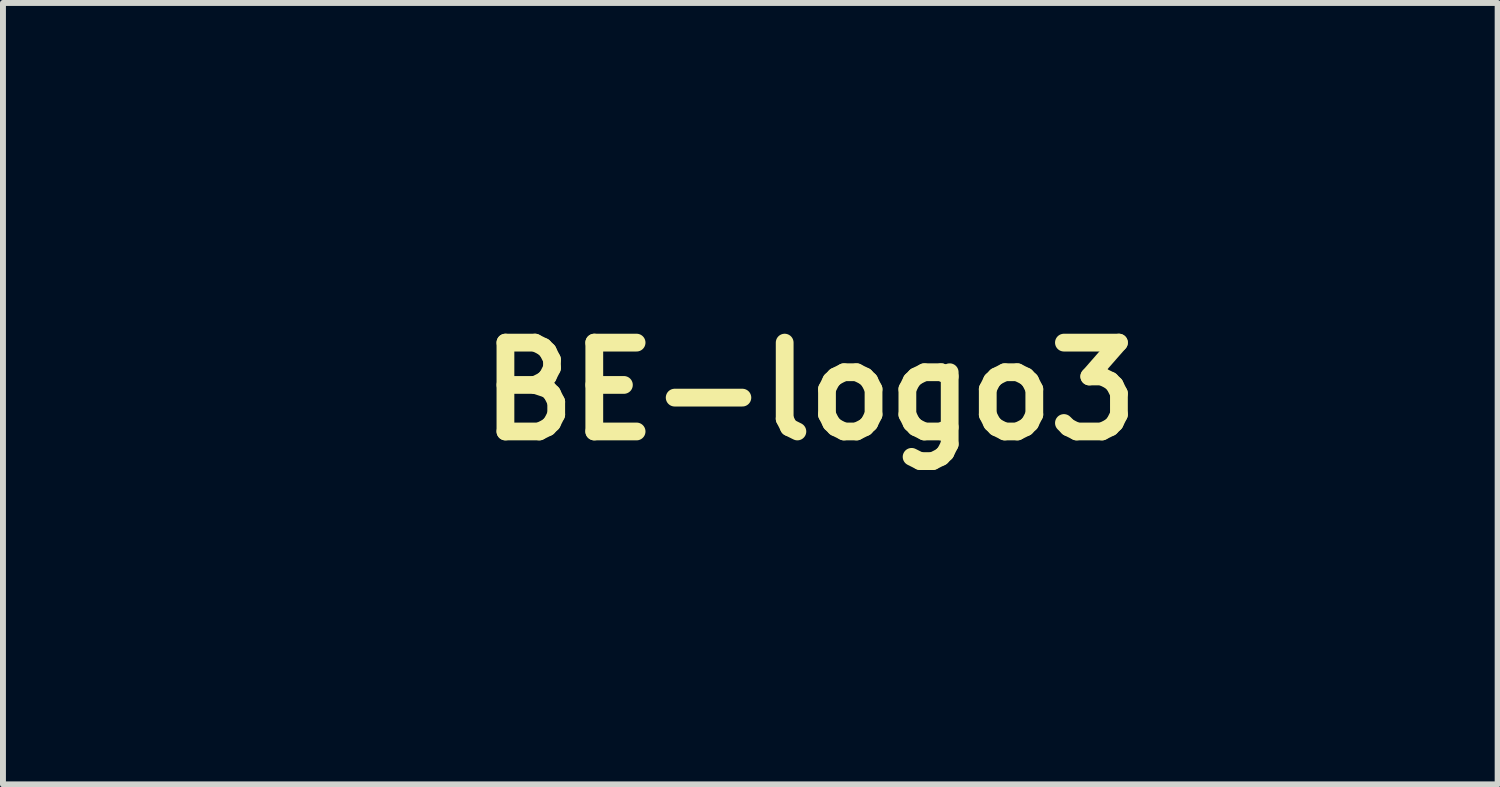
<source format=kicad_pcb>
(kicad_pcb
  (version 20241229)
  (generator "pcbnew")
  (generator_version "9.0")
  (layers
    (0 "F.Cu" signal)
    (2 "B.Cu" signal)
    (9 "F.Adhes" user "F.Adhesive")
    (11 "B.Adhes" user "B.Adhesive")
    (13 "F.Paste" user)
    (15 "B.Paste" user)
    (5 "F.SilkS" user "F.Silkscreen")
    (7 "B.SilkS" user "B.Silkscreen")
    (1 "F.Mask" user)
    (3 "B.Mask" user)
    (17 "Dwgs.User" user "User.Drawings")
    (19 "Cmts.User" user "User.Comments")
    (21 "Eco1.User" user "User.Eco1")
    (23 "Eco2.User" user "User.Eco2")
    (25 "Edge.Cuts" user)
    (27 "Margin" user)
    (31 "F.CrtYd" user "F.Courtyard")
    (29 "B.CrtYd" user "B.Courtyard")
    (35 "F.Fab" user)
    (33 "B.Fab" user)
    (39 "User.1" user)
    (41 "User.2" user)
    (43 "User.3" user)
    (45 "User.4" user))
  (footprint "BE-logo3"
    (layer "F.Cu")
    (at 10.626 3.556)
    (property "Reference" "BE-logo3" (at 0 0 0) (layer "F.SilkS") (effects (font (size 1.5 1.5) (thickness 0.3))))
    (attr board_only exclude_from_pos_files exclude_from_bom)
    (fp_poly (pts (xy 6.369 -2.308) (xy 6.417 -2.072) (xy 6.417 -2.062) (xy 6.344 -1.828) (xy 6.189 -1.636) (xy 5.989 -1.503) (xy 5.782 -1.446) (xy 5.606 -1.484) (xy 5.5 -1.633) (xy 5.498 -1.642) (xy 5.505 -1.903) (xy 5.623 -2.166) (xy 5.812 -2.365) (xy 5.941 -2.424) (xy 6.204 -2.431)) (stroke (width 0) (type solid)) (fill yes) (layer "F.Mask"))
    (fp_poly (pts (xy 0.893 -2.278) (xy 0.93 -2.205) (xy 0.926 -1.989) (xy 0.809 -1.766) (xy 0.618 -1.564) (xy 0.389 -1.412) (xy 0.16 -1.341) (xy -0.032 -1.38) (xy -0.071 -1.411) (xy -0.112 -1.53) (xy -0.127 -1.7) (xy -0.066 -1.919) (xy 0.089 -2.113) (xy 0.302 -2.265) (xy 0.532 -2.355) (xy 0.742 -2.366)) (stroke (width 0) (type solid)) (fill yes) (layer "F.Mask"))
    (fp_poly (pts (xy 5.361 -3.496) (xy 5.541 -3.324) (xy 5.59 -3.053) (xy 5.543 -2.818) (xy 5.422 -2.544) (xy 5.213 -2.176) (xy 4.938 -1.747) (xy 4.62 -1.291) (xy 4.28 -0.843) (xy 4.049 -0.561) (xy 3.681 -0.12) (xy 3.415 0.213) (xy 3.239 0.457) (xy 3.142 0.628) (xy 3.11 0.745) (xy 3.119 0.799) (xy 3.233 0.919) (xy 3.417 0.909) (xy 3.647 0.783) (xy 3.903 0.555) (xy 4.161 0.238) (xy 4.25 0.107) (xy 4.438 -0.233) (xy 4.505 -0.473) (xy 4.499 -0.532) (xy 4.532 -0.695) (xy 4.671 -0.899) (xy 4.874 -1.104) (xy 5.099 -1.268) (xy 5.303 -1.351) (xy 5.342 -1.355) (xy 5.518 -1.308) (xy 5.692 -1.2) (xy 5.794 -1.079) (xy 5.8 -1.049) (xy 5.761 -0.943) (xy 5.658 -0.727) (xy 5.511 -0.441) (xy 5.34 -0.123) (xy 5.165 0.189) (xy 5.061 0.365) (xy 4.92 0.618) (xy 4.832 0.813) (xy 4.816 0.907) (xy 4.816 0.908) (xy 4.917 0.902) (xy 5.082 0.747) (xy 5.313 0.442) (xy 5.611 -0.015) (xy 5.768 -0.272) (xy 5.991 -0.628) (xy 6.198 -0.934) (xy 6.366 -1.158) (xy 6.473 -1.268) (xy 6.477 -1.27) (xy 6.705 -1.343) (xy 6.931 -1.343) (xy 7.092 -1.275) (xy 7.123 -1.23) (xy 7.175 -1.153) (xy 7.277 -1.165) (xy 7.412 -1.23) (xy 7.701 -1.329) (xy 7.986 -1.347) (xy 8.203 -1.282) (xy 8.238 -1.253) (xy 8.328 -1.079) (xy 8.306 -0.836) (xy 8.166 -0.507) (xy 7.963 -0.167) (xy 7.667 0.304) (xy 7.473 0.642) (xy 7.38 0.85) (xy 7.387 0.93) (xy 7.395 0.931) (xy 7.496 0.882) (xy 7.685 0.754) (xy 7.896 0.593) (xy 8.172 0.383) (xy 8.352 0.281) (xy 8.462 0.276) (xy 8.531 0.36) (xy 8.542 0.388) (xy 8.59 0.655) (xy 8.502 0.903) (xy 8.276 1.162) (xy 7.86 1.486) (xy 7.474 1.654) (xy 7.126 1.666) (xy 6.824 1.519) (xy 6.786 1.486) (xy 6.616 1.257) (xy 6.571 0.983) (xy 6.65 0.634) (xy 6.734 0.423) (xy 6.903 0.042) (xy 6.454 0.508) (xy 6.199 0.782) (xy 5.958 1.052) (xy 5.785 1.261) (xy 5.784 1.262) (xy 5.532 1.499) (xy 5.322 1.573) (xy 5.068 1.605) (xy 4.781 1.652) (xy 4.764 1.655) (xy 4.47 1.669) (xy 4.229 1.571) (xy 4.228 1.571) (xy 4.072 1.485) (xy 3.933 1.474) (xy 3.733 1.537) (xy 3.674 1.56) (xy 3.27 1.679) (xy 2.945 1.669) (xy 2.666 1.526) (xy 2.564 1.434) (xy 2.426 1.286) (xy 2.354 1.155) (xy 2.331 0.984) (xy 2.345 0.717) (xy 2.354 0.609) (xy 2.377 0.312) (xy 2.38 0.162) (xy 2.354 0.133) (xy 2.294 0.204) (xy 2.26 0.254) (xy 1.976 0.617) (xy 1.631 0.976) (xy 1.274 1.283) (xy 0.957 1.49) (xy 0.54 1.653) (xy 0.195 1.676) (xy -0.1 1.56) (xy -0.158 1.518) (xy -0.381 1.342) (xy -0.969 1.733) (xy -1.273 1.949) (xy -1.543 2.167) (xy -1.73 2.345) (xy -1.752 2.371) (xy -1.928 2.597) (xy -2.135 2.864) (xy -2.201 2.95) (xy -2.527 3.312) (xy -2.84 3.539) (xy -3.125 3.625) (xy -3.367 3.564) (xy -3.458 3.486) (xy -3.569 3.303) (xy -3.598 3.176) (xy -3.528 2.96) (xy -3.334 2.688) (xy -3.037 2.386) (xy -2.758 2.156) (xy -2.49 1.94) (xy -2.359 1.8) (xy -2.36 1.722) (xy -2.484 1.694) (xy -2.528 1.693) (xy -2.772 1.62) (xy -2.996 1.435) (xy -3.144 1.196) (xy -3.173 1.041) (xy -3.137 0.82) (xy -3.047 0.54) (xy -3 0.426) (xy -2.828 0.047) (xy -3.055 0.256) (xy -3.222 0.426) (xy -3.449 0.675) (xy -3.688 0.953) (xy -3.706 0.974) (xy -3.963 1.275) (xy -4.146 1.462) (xy -4.285 1.554) (xy -4.408 1.573) (xy -4.544 1.537) (xy -4.823 1.521) (xy -4.995 1.575) (xy -5.366 1.675) (xy -5.753 1.678) (xy -6.114 1.595) (xy -6.403 1.435) (xy -6.578 1.211) (xy -6.582 1.201) (xy -6.673 0.96) (xy -7.129 1.234) (xy -7.64 1.482) (xy -8.168 1.633) (xy -8.678 1.684) (xy -9.134 1.631) (xy -9.499 1.471) (xy -9.519 1.457) (xy -9.757 1.281) (xy -9.851 1.487) (xy -9.996 1.64) (xy -10.202 1.682) (xy -10.412 1.627) (xy -10.571 1.487) (xy -10.626 1.304) (xy -10.576 1.115) (xy -10.429 0.797) (xy -10.188 0.358) (xy -10.177 0.339) (xy -9.273 0.339) (xy -9.057 0.339) (xy -8.893 0.384) (xy -8.786 0.487) (xy -8.767 0.598) (xy -8.842 0.661) (xy -8.906 0.709) (xy -8.836 0.775) (xy -8.649 0.819) (xy -8.366 0.797) (xy -8.043 0.716) (xy -7.76 0.599) (xy -7.515 0.45) (xy -7.312 0.286) (xy -7.287 0.26) (xy -7.179 0.122) (xy -7.186 0.027) (xy -7.269 -0.066) (xy -7.384 -0.142) (xy -7.568 -0.188) (xy -7.859 -0.212) (xy -8.158 -0.219) (xy -8.902 -0.227) (xy -9.087 0.056) (xy -9.273 0.339) (xy -10.177 0.339) (xy -9.858 -0.196) (xy -9.443 -0.857) (xy -9.33 -1.032) (xy -9.295 -1.086) (xy -8.278 -1.086) (xy -7.822 -1.317) (xy -7.496 -1.492) (xy -7.169 -1.687) (xy -7.016 -1.786) (xy -6.731 -2.025) (xy -6.609 -2.23) (xy -6.645 -2.392) (xy -6.839 -2.499) (xy -7.186 -2.54) (xy -7.213 -2.54) (xy -7.449 -2.526) (xy -7.557 -2.472) (xy -7.578 -2.392) (xy -7.587 -2.309) (xy -7.625 -2.203) (xy -7.707 -2.043) (xy -7.845 -1.801) (xy -8.057 -1.45) (xy -8.106 -1.369) (xy -8.278 -1.086) (xy -9.295 -1.086) (xy -9.043 -1.477) (xy -8.841 -1.798) (xy -8.715 -2.012) (xy -8.657 -2.135) (xy -8.66 -2.186) (xy -8.715 -2.181) (xy -8.814 -2.138) (xy -9.014 -2.004) (xy -9.101 -1.862) (xy -9.102 -1.85) (xy -9.175 -1.687) (xy -9.356 -1.575) (xy -9.591 -1.524) (xy -9.823 -1.543) (xy -9.997 -1.641) (xy -10.03 -1.688) (xy -10.112 -1.966) (xy -10.042 -2.24) (xy -9.895 -2.453) (xy -9.545 -2.761) (xy -9.069 -3.024) (xy -8.509 -3.225) (xy -7.907 -3.351) (xy -7.408 -3.385) (xy -6.793 -3.341) (xy -6.312 -3.209) (xy -5.97 -2.991) (xy -5.77 -2.69) (xy -5.715 -2.366) (xy -5.786 -1.954) (xy -6.005 -1.582) (xy -6.382 -1.236) (xy -6.469 -1.174) (xy -6.882 -0.889) (xy -6.595 -0.571) (xy -6.393 -0.299) (xy -6.312 -0.046) (xy -6.308 0.043) (xy -6.287 0.238) (xy -6.235 0.336) (xy -6.225 0.339) (xy -6.182 0.263) (xy -6.182 0.059) (xy -6.192 -0.032) (xy -6.212 -0.255) (xy -6.179 -0.414) (xy -6.067 -0.573) (xy -5.907 -0.74) (xy -5.604 -0.983) (xy -5.258 -1.169) (xy -4.9 -1.291) (xy -4.56 -1.347) (xy -4.267 -1.333) (xy -4.052 -1.243) (xy -3.944 -1.075) (xy -3.937 -1.007) (xy -3.996 -0.809) (xy -4.146 -0.618) (xy -4.347 -0.461) (xy -4.557 -0.364) (xy -4.735 -0.354) (xy -4.824 -0.42) (xy -4.934 -0.465) (xy -5.003 -0.451) (xy -5.069 -0.4) (xy -4.99 -0.332) (xy -4.937 -0.304) (xy -4.772 -0.14) (xy -4.741 0.001) (xy -4.772 0.131) (xy -4.883 0.257) (xy -5.104 0.405) (xy -5.267 0.498) (xy -5.573 0.684) (xy -5.719 0.817) (xy -5.706 0.899) (xy -5.536 0.931) (xy -5.493 0.931) (xy -5.132 0.851) (xy -4.751 0.616) (xy -4.361 0.24) (xy -3.979 -0.266) (xy -3.849 -0.471) (xy -3.648 -0.787) (xy -3.461 -1.05) (xy -3.314 -1.225) (xy -3.259 -1.27) (xy -3.032 -1.343) (xy -2.805 -1.343) (xy -2.645 -1.275) (xy -2.614 -1.23) (xy -2.561 -1.153) (xy -2.46 -1.165) (xy -2.324 -1.23) (xy -2.035 -1.329) (xy -1.751 -1.347) (xy -1.534 -1.282) (xy -1.499 -1.253) (xy -1.408 -1.079) (xy -1.431 -0.836) (xy -1.571 -0.507) (xy -1.774 -0.167) (xy -2.067 0.298) (xy -2.259 0.633) (xy -2.353 0.841) (xy -2.351 0.928) (xy -2.337 0.931) (xy -2.243 0.888) (xy 0.407 0.888) (xy 0.478 0.917) (xy 0.652 0.827) (xy 0.799 0.723) (xy 0.993 0.553) (xy 1.206 0.324) (xy 1.41 0.074) (xy 1.576 -0.161) (xy 1.676 -0.344) (xy 1.688 -0.432) (xy 1.593 -0.501) (xy 1.439 -0.46) (xy 1.2 -0.302) (xy 1.189 -0.294) (xy 0.918 -0.037) (xy 0.664 0.285) (xy 0.477 0.608) (xy 0.426 0.741) (xy 0.407 0.888) (xy -2.243 0.888) (xy -2.215 0.875) (xy -2 0.722) (xy -1.719 0.491) (xy -1.424 0.227) (xy -1.26 0.063) (xy -1.207 -0.048) (xy -1.247 -0.163) (xy -1.277 -0.21) (xy -1.35 -0.358) (xy -1.321 -0.486) (xy -1.234 -0.607) (xy -1.027 -0.809) (xy -0.763 -0.984) (xy -0.493 -1.108) (xy -0.263 -1.158) (xy -0.148 -1.134) (xy -0.017 -1.003) (xy 0.018 -0.82) (xy -0.048 -0.565) (xy -0.219 -0.217) (xy -0.415 0.11) (xy -0.62 0.439) (xy -0.741 0.645) (xy -0.785 0.749) (xy -0.76 0.77) (xy -0.671 0.729) (xy -0.622 0.701) (xy -0.428 0.533) (xy -0.237 0.285) (xy -0.17 0.168) (xy 0.045 -0.157) (xy 0.353 -0.51) (xy 0.703 -0.837) (xy 1.04 -1.086) (xy 1.125 -1.134) (xy 1.442 -1.233) (xy 1.789 -1.243) (xy 2.122 -1.174) (xy 2.393 -1.037) (xy 2.559 -0.843) (xy 2.579 -0.784) (xy 2.613 -0.726) (xy 2.674 -0.763) (xy 2.775 -0.913) (xy 2.927 -1.191) (xy 3.041 -1.411) (xy 3.337 -1.942) (xy 3.654 -2.392) (xy 4.051 -2.842) (xy 4.099 -2.892) (xy 4.392 -3.189) (xy 4.603 -3.382) (xy 4.763 -3.493) (xy 4.903 -3.544) (xy 5.055 -3.556) (xy 5.057 -3.556)) (stroke (width 0) (type solid)) (fill yes) (layer "F.Mask"))
    (fp_poly (pts (xy 6.363 -2.315) (xy 6.411 -2.078) (xy 6.411 -2.069) (xy 6.338 -1.835) (xy 6.183 -1.643) (xy 5.983 -1.509) (xy 5.776 -1.453) (xy 5.601 -1.491) (xy 5.495 -1.64) (xy 5.492 -1.648) (xy 5.5 -1.91) (xy 5.617 -2.173) (xy 5.807 -2.371) (xy 5.935 -2.431) (xy 6.198 -2.437)) (stroke (width 0) (type solid)) (fill yes) (layer "B.Mask"))
    (fp_poly (pts (xy 0.889 -2.276) (xy 0.926 -2.203) (xy 0.921 -1.988) (xy 0.805 -1.764) (xy 0.613 -1.562) (xy 0.385 -1.41) (xy 0.156 -1.339) (xy -0.036 -1.378) (xy -0.075 -1.409) (xy -0.117 -1.528) (xy -0.131 -1.698) (xy -0.071 -1.917) (xy 0.085 -2.111) (xy 0.297 -2.263) (xy 0.528 -2.353) (xy 0.738 -2.364)) (stroke (width 0) (type solid)) (fill yes) (layer "B.Mask"))
    (fp_poly (pts (xy 5.379 -3.485) (xy 5.56 -3.313) (xy 5.609 -3.043) (xy 5.562 -2.808) (xy 5.441 -2.534) (xy 5.232 -2.165) (xy 4.957 -1.736) (xy 4.639 -1.281) (xy 4.299 -0.833) (xy 4.068 -0.55) (xy 3.7 -0.11) (xy 3.434 0.224) (xy 3.258 0.467) (xy 3.16 0.639) (xy 3.129 0.756) (xy 3.138 0.809) (xy 3.252 0.929) (xy 3.435 0.919) (xy 3.666 0.794) (xy 3.921 0.566) (xy 4.18 0.249) (xy 4.269 0.117) (xy 4.456 -0.222) (xy 4.523 -0.463) (xy 4.517 -0.522) (xy 4.551 -0.684) (xy 4.69 -0.889) (xy 4.893 -1.093) (xy 5.117 -1.258) (xy 5.322 -1.341) (xy 5.361 -1.344) (xy 5.537 -1.298) (xy 5.711 -1.19) (xy 5.813 -1.068) (xy 5.818 -1.039) (xy 5.78 -0.932) (xy 5.677 -0.717) (xy 5.53 -0.431) (xy 5.359 -0.112) (xy 5.183 0.2) (xy 5.08 0.375) (xy 4.939 0.629) (xy 4.851 0.823) (xy 4.835 0.918) (xy 4.835 0.918) (xy 4.935 0.912) (xy 5.1 0.758) (xy 5.331 0.453) (xy 5.63 -0.005) (xy 5.787 -0.262) (xy 6.01 -0.618) (xy 6.217 -0.924) (xy 6.385 -1.147) (xy 6.492 -1.257) (xy 6.495 -1.259) (xy 6.723 -1.332) (xy 6.95 -1.333) (xy 7.111 -1.264) (xy 7.142 -1.219) (xy 7.194 -1.143) (xy 7.295 -1.155) (xy 7.431 -1.219) (xy 7.72 -1.319) (xy 8.005 -1.337) (xy 8.221 -1.271) (xy 8.257 -1.243) (xy 8.347 -1.068) (xy 8.325 -0.825) (xy 8.185 -0.497) (xy 7.981 -0.156) (xy 7.685 0.314) (xy 7.491 0.652) (xy 7.398 0.86) (xy 7.405 0.941) (xy 7.414 0.942) (xy 7.515 0.893) (xy 7.704 0.764) (xy 7.915 0.603) (xy 8.191 0.394) (xy 8.37 0.291) (xy 8.481 0.286) (xy 8.549 0.371) (xy 8.561 0.398) (xy 8.608 0.665) (xy 8.521 0.914) (xy 8.295 1.173) (xy 7.878 1.496) (xy 7.492 1.665) (xy 7.145 1.676) (xy 6.843 1.53) (xy 6.804 1.496) (xy 6.635 1.268) (xy 6.59 0.994) (xy 6.668 0.645) (xy 6.753 0.434) (xy 6.922 0.053) (xy 6.473 0.518) (xy 6.217 0.792) (xy 5.977 1.062) (xy 5.804 1.272) (xy 5.803 1.272) (xy 5.551 1.51) (xy 5.34 1.583) (xy 5.087 1.615) (xy 4.8 1.662) (xy 4.783 1.666) (xy 4.489 1.68) (xy 4.247 1.581) (xy 4.247 1.581) (xy 4.091 1.495) (xy 3.952 1.484) (xy 3.752 1.547) (xy 3.693 1.57) (xy 3.288 1.69) (xy 2.964 1.679) (xy 2.685 1.536) (xy 2.583 1.445) (xy 2.445 1.297) (xy 2.372 1.165) (xy 2.35 0.994) (xy 2.363 0.727) (xy 2.372 0.619) (xy 2.396 0.323) (xy 2.398 0.172) (xy 2.372 0.144) (xy 2.313 0.214) (xy 2.279 0.264) (xy 1.995 0.628) (xy 1.65 0.987) (xy 1.293 1.294) (xy 0.976 1.501) (xy 0.559 1.664) (xy 0.214 1.687) (xy -0.081 1.57) (xy -0.139 1.528) (xy -0.363 1.352) (xy -0.951 1.743) (xy -1.254 1.96) (xy -1.525 2.177) (xy -1.711 2.355) (xy -1.733 2.382) (xy -1.91 2.607) (xy -2.116 2.874) (xy -2.183 2.961) (xy -2.509 3.322) (xy -2.821 3.55) (xy -3.106 3.636) (xy -3.348 3.574) (xy -3.439 3.496) (xy -3.55 3.314) (xy -3.58 3.187) (xy -3.51 2.971) (xy -3.315 2.699) (xy -3.018 2.397) (xy -2.739 2.166) (xy -2.471 1.95) (xy -2.341 1.81) (xy -2.341 1.733) (xy -2.465 1.705) (xy -2.509 1.704) (xy -2.753 1.63) (xy -2.977 1.446) (xy -3.125 1.206) (xy -3.154 1.052) (xy -3.118 0.831) (xy -3.028 0.55) (xy -2.981 0.436) (xy -2.809 0.058) (xy -3.036 0.267) (xy -3.203 0.436) (xy -3.43 0.686) (xy -3.67 0.963) (xy -3.687 0.984) (xy -3.944 1.285) (xy -4.128 1.472) (xy -4.266 1.565) (xy -4.389 1.583) (xy -4.525 1.547) (xy -4.804 1.531) (xy -4.977 1.585) (xy -5.347 1.685) (xy -5.735 1.688) (xy -6.095 1.605) (xy -6.384 1.446) (xy -6.559 1.221) (xy -6.563 1.211) (xy -6.654 0.97) (xy -7.11 1.245) (xy -7.621 1.493) (xy -8.15 1.644) (xy -8.66 1.695) (xy -9.115 1.642) (xy -9.481 1.482) (xy -9.501 1.467) (xy -9.738 1.292) (xy -9.832 1.498) (xy -9.977 1.65) (xy -10.183 1.692) (xy -10.393 1.637) (xy -10.553 1.498) (xy -10.607 1.314) (xy -10.557 1.125) (xy -10.41 0.808) (xy -10.169 0.368) (xy -10.158 0.349) (xy -9.254 0.349) (xy -9.039 0.349) (xy -8.875 0.394) (xy -8.767 0.497) (xy -8.749 0.608) (xy -8.823 0.672) (xy -8.887 0.72) (xy -8.817 0.786) (xy -8.63 0.83) (xy -8.348 0.807) (xy -8.024 0.726) (xy -7.742 0.61) (xy -7.496 0.46) (xy -7.293 0.296) (xy -7.268 0.271) (xy -7.16 0.133) (xy -7.168 0.037) (xy -7.25 -0.056) (xy -7.365 -0.131) (xy -7.55 -0.178) (xy -7.84 -0.202) (xy -8.139 -0.209) (xy -8.883 -0.217) (xy -9.068 0.066) (xy -9.254 0.349) (xy -10.158 0.349) (xy -9.84 -0.185) (xy -9.424 -0.846) (xy -9.312 -1.021) (xy -9.276 -1.076) (xy -8.259 -1.076) (xy -7.803 -1.306) (xy -7.478 -1.482) (xy -7.15 -1.677) (xy -6.998 -1.776) (xy -6.713 -2.015) (xy -6.59 -2.22) (xy -6.627 -2.381) (xy -6.82 -2.488) (xy -7.167 -2.529) (xy -7.194 -2.53) (xy -7.43 -2.515) (xy -7.538 -2.462) (xy -7.559 -2.381) (xy -7.569 -2.299) (xy -7.607 -2.192) (xy -7.688 -2.032) (xy -7.827 -1.791) (xy -8.038 -1.439) (xy -8.087 -1.358) (xy -8.259 -1.076) (xy -9.276 -1.076) (xy -9.024 -1.467) (xy -8.822 -1.788) (xy -8.696 -2.001) (xy -8.638 -2.125) (xy -8.641 -2.175) (xy -8.696 -2.171) (xy -8.795 -2.127) (xy -8.995 -1.993) (xy -9.082 -1.852) (xy -9.083 -1.84) (xy -9.156 -1.677) (xy -9.337 -1.565) (xy -9.572 -1.513) (xy -9.804 -1.532) (xy -9.979 -1.631) (xy -10.011 -1.677) (xy -10.093 -1.955) (xy -10.024 -2.229) (xy -9.876 -2.443) (xy -9.526 -2.751) (xy -9.05 -3.013) (xy -8.491 -3.215) (xy -7.889 -3.34) (xy -7.39 -3.375) (xy -6.774 -3.331) (xy -6.294 -3.198) (xy -5.951 -2.98) (xy -5.751 -2.679) (xy -5.696 -2.356) (xy -5.767 -1.944) (xy -5.987 -1.572) (xy -6.364 -1.225) (xy -6.45 -1.164) (xy -6.863 -0.879) (xy -6.576 -0.561) (xy -6.374 -0.289) (xy -6.294 -0.035) (xy -6.289 0.053) (xy -6.268 0.249) (xy -6.217 0.347) (xy -6.206 0.349) (xy -6.163 0.273) (xy -6.163 0.07) (xy -6.174 -0.022) (xy -6.194 -0.245) (xy -6.16 -0.404) (xy -6.048 -0.563) (xy -5.888 -0.729) (xy -5.585 -0.973) (xy -5.239 -1.158) (xy -4.882 -1.281) (xy -4.541 -1.337) (xy -4.248 -1.322) (xy -4.033 -1.233) (xy -3.925 -1.064) (xy -3.918 -0.996) (xy -3.977 -0.799) (xy -4.128 -0.608) (xy -4.328 -0.45) (xy -4.538 -0.353) (xy -4.717 -0.343) (xy -4.805 -0.409) (xy -4.915 -0.454) (xy -4.984 -0.441) (xy -5.05 -0.39) (xy -4.971 -0.321) (xy -4.918 -0.294) (xy -4.753 -0.13) (xy -4.723 0.011) (xy -4.753 0.142) (xy -4.864 0.267) (xy -5.085 0.416) (xy -5.249 0.509) (xy -5.554 0.694) (xy -5.7 0.827) (xy -5.688 0.909) (xy -5.517 0.941) (xy -5.474 0.942) (xy -5.114 0.861) (xy -4.732 0.627) (xy -4.343 0.25) (xy -3.96 -0.255) (xy -3.831 -0.46) (xy -3.629 -0.776) (xy -3.442 -1.04) (xy -3.296 -1.214) (xy -3.241 -1.26) (xy -3.013 -1.332) (xy -2.787 -1.333) (xy -2.626 -1.264) (xy -2.595 -1.219) (xy -2.543 -1.143) (xy -2.441 -1.155) (xy -2.306 -1.219) (xy -2.017 -1.319) (xy -1.732 -1.337) (xy -1.515 -1.271) (xy -1.48 -1.243) (xy -1.389 -1.068) (xy -1.412 -0.825) (xy -1.552 -0.497) (xy -1.755 -0.156) (xy -2.048 0.309) (xy -2.24 0.643) (xy -2.334 0.852) (xy -2.332 0.939) (xy -2.318 0.942) (xy -2.224 0.899) (xy 0.425 0.899) (xy 0.497 0.927) (xy 0.67 0.838) (xy 0.818 0.734) (xy 1.012 0.563) (xy 1.225 0.335) (xy 1.429 0.084) (xy 1.595 -0.151) (xy 1.695 -0.334) (xy 1.707 -0.421) (xy 1.611 -0.491) (xy 1.458 -0.45) (xy 1.219 -0.291) (xy 1.208 -0.283) (xy 0.937 -0.027) (xy 0.683 0.296) (xy 0.496 0.618) (xy 0.445 0.751) (xy 0.425 0.899) (xy -2.224 0.899) (xy -2.196 0.886) (xy -1.981 0.732) (xy -1.7 0.502) (xy -1.405 0.238) (xy -1.241 0.074) (xy -1.188 -0.038) (xy -1.228 -0.152) (xy -1.258 -0.2) (xy -1.332 -0.348) (xy -1.302 -0.476) (xy -1.216 -0.597) (xy -1.008 -0.799) (xy -0.745 -0.974) (xy -0.474 -1.098) (xy -0.244 -1.148) (xy -0.13 -1.124) (xy 0.002 -0.993) (xy 0.036 -0.81) (xy -0.03 -0.554) (xy -0.201 -0.207) (xy -0.396 0.121) (xy -0.601 0.45) (xy -0.722 0.656) (xy -0.767 0.76) (xy -0.741 0.781) (xy -0.653 0.739) (xy -0.604 0.711) (xy -0.41 0.544) (xy -0.218 0.295) (xy -0.151 0.178) (xy 0.063 -0.146) (xy 0.372 -0.499) (xy 0.722 -0.827) (xy 1.059 -1.075) (xy 1.144 -1.123) (xy 1.461 -1.223) (xy 1.808 -1.233) (xy 2.14 -1.163) (xy 2.412 -1.026) (xy 2.577 -0.833) (xy 2.598 -0.773) (xy 2.631 -0.715) (xy 2.693 -0.753) (xy 2.793 -0.902) (xy 2.946 -1.18) (xy 3.059 -1.401) (xy 3.355 -1.932) (xy 3.673 -2.382) (xy 4.07 -2.832) (xy 4.118 -2.882) (xy 4.411 -3.179) (xy 4.622 -3.372) (xy 4.782 -3.483) (xy 4.922 -3.533) (xy 5.074 -3.546) (xy 5.076 -3.546)) (stroke (width 0) (type solid)) (fill yes) (layer "B.Mask")))
  (gr_rect
    (start -3 -3)
    (end 22.234 10.192)
    (stroke (width 0.1) (type default))
    (fill no)
    (layer "Edge.Cuts")))
</source>
